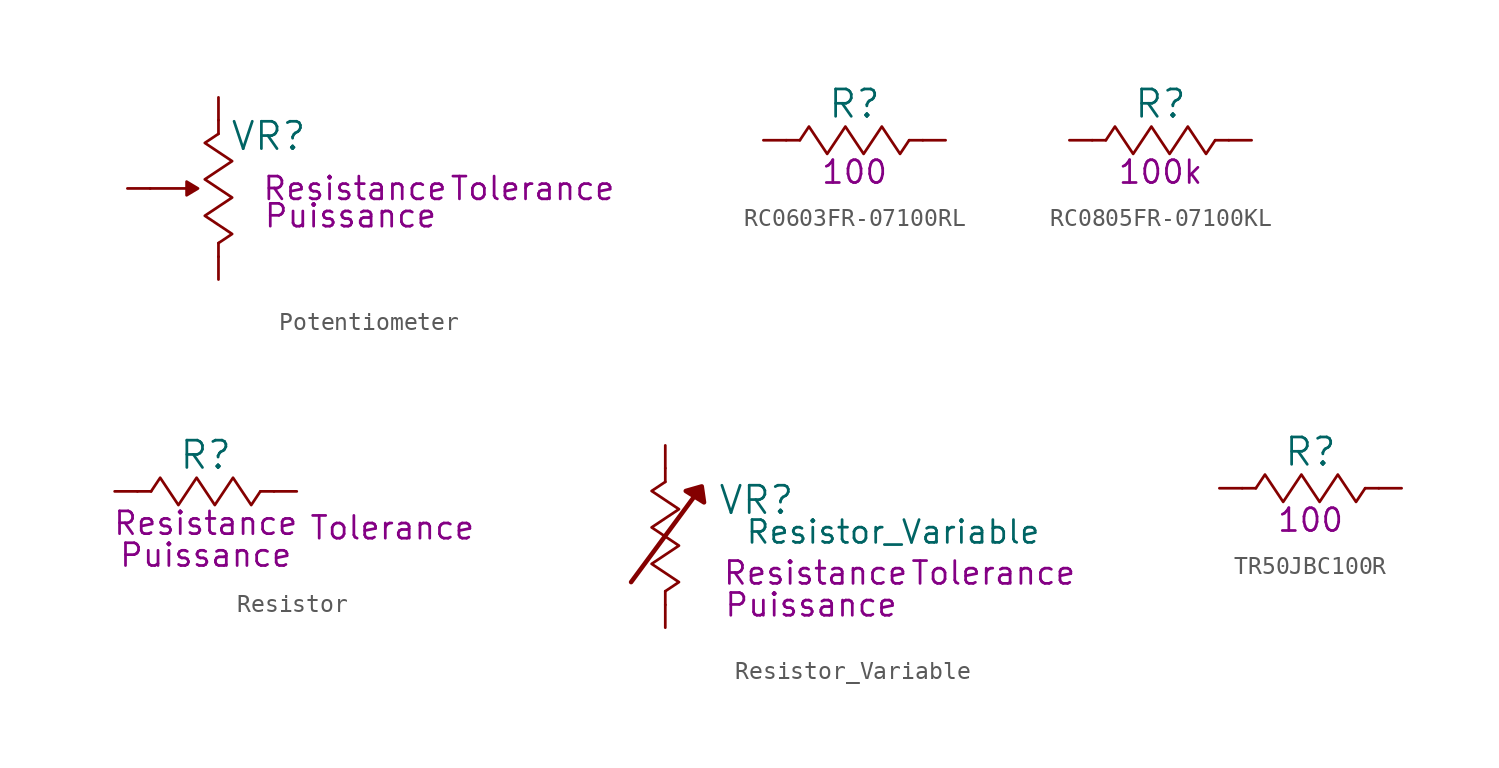
<source format=kicad_sym>
(kicad_symbol_lib
  (version 20220914)
  (generator kicad_symbol_editor)
  (symbol "Potentiometer"
    (pin_numbers hide)
    (pin_names
      (offset 0) hide)
    (property "Reference" "VR"
      (at 2.794 2.921 0)
      (effects (font (size 1.524 1.524))))
    (property "Resistance (Ohms)" "Resistance"
      (at 7.62 0 0)
      (effects (font (size 1.27 1.27))))
    (property "Puissance (Watts)" "Puissance"
      (at 7.366 -1.524 0)
      (effects (font (size 1.27 1.27))))
    (property "Tolerance (%)" "Tolerance"
      (at 17.526 0 0)
      (effects (font (size 1.27 1.27))))
    (symbol "Potentiometer_0_1"
      (rectangle (start 0 -3.048) (end 0 -3.81) (stroke (width 0) (type default)) (fill (type none)))
      (polyline (pts (xy -3.81 0) (xy -1.143 0) (xy -1.778 0.381) (xy -1.778 -0.381) (xy -1.143 0)) (stroke (width 0) (type default)) (fill (type outline)))
      (polyline (pts (xy 0 -3.048) (xy 0.762 -2.54) (xy 0 -2.032) (xy -0.762 -1.524) (xy 0 -1.016) (xy 0.762 -0.508) (xy 0 0) (xy -0.762 0.508) (xy 0 1.016) (xy 0.762 1.524) (xy 0 2.032) (xy -0.762 2.54) (xy 0 3.048)) (stroke (width 0) (type default)) (fill (type none)))
      (rectangle (start 0 3.81) (end 0 3.048) (stroke (width 0) (type default)) (fill (type none))))
    (symbol "Potentiometer_1_1"
      (pin passive line (at -5.08 0 0) (length 1.27) (name "~" (effects (font (size 1.27 1.27)))) (number "~" (effects (font (size 1.27 1.27)))))
      (pin passive line (at 0 -5.08 90) (length 1.27) (name "~" (effects (font (size 1.27 1.27)))) (number "~" (effects (font (size 1.27 1.27)))))
      (pin passive line (at 0 5.08 270) (length 1.27) (name "~" (effects (font (size 1.27 1.27)))) (number "~" (effects (font (size 1.27 1.27)))))))
  (symbol "RC0603FR-07100RL"
    (pin_numbers hide)
    (pin_names
      (offset 0) hide)
    (property "Reference" "R"
      (at 0 2.032 0)
      (effects (font (size 1.524 1.524))))
    (property "Resistance (Ohms)" "100"
      (at 0 -1.778 0)
      (effects (font (size 1.27 1.27))))
    (symbol "RC0603FR-07100RL_0_1"
      (rectangle (start -3.048 0) (end -3.81 0) (stroke (width 0) (type default)) (fill (type none)))
      (polyline (pts (xy -3.048 0) (xy -2.54 0.762) (xy -2.032 0) (xy -1.524 -0.762) (xy -1.016 0) (xy -0.508 0.762) (xy 0 0) (xy 0.508 -0.762) (xy 1.016 0) (xy 1.524 0.762) (xy 2.032 0) (xy 2.54 -0.762) (xy 3.048 0)) (stroke (width 0) (type default)) (fill (type none)))
      (rectangle (start 3.81 0) (end 3.048 0) (stroke (width 0) (type default)) (fill (type none))))
    (symbol "RC0603FR-07100RL_1_1"
      (pin passive line (at -5.08 0 0) (length 1.27) (name "1" (effects (font (size 1.27 1.27)))) (number "1" (effects (font (size 1.27 1.27)))))
      (pin passive line (at 5.08 0 180) (length 1.27) (name "2" (effects (font (size 1.27 1.27)))) (number "2" (effects (font (size 1.27 1.27)))))))
  (symbol "RC0805FR-07100KL"
    (pin_numbers hide)
    (pin_names
      (offset 0) hide)
    (property "Reference" "R"
      (at 0 2.032 0)
      (effects (font (size 1.524 1.524))))
    (property "Resistance (Ohms)" "100k"
      (at 0 -1.778 0)
      (effects (font (size 1.27 1.27))))
    (symbol "RC0805FR-07100KL_0_1"
      (rectangle (start -3.048 0) (end -3.81 0) (stroke (width 0) (type default)) (fill (type none)))
      (polyline (pts (xy -3.048 0) (xy -2.54 0.762) (xy -2.032 0) (xy -1.524 -0.762) (xy -1.016 0) (xy -0.508 0.762) (xy 0 0) (xy 0.508 -0.762) (xy 1.016 0) (xy 1.524 0.762) (xy 2.032 0) (xy 2.54 -0.762) (xy 3.048 0)) (stroke (width 0) (type default)) (fill (type none)))
      (rectangle (start 3.81 0) (end 3.048 0) (stroke (width 0) (type default)) (fill (type none))))
    (symbol "RC0805FR-07100KL_1_1"
      (pin passive line (at -5.08 0 0) (length 1.27) (name "1" (effects (font (size 1.27 1.27)))) (number "1" (effects (font (size 1.27 1.27)))))
      (pin passive line (at 5.08 0 180) (length 1.27) (name "2" (effects (font (size 1.27 1.27)))) (number "2" (effects (font (size 1.27 1.27)))))))
  (symbol "Resistor"
    (pin_numbers hide)
    (pin_names
      (offset 0) hide)
    (property "Reference" "R"
      (at 0 2.032 0)
      (effects (font (size 1.524 1.524))))
    (property "Resistance (Ohms)" "Resistance"
      (at 0 -1.778 0)
      (effects (font (size 1.27 1.27))))
    (property "Tolerance (%)" "Tolerance"
      (at 10.414 -2.032 0)
      (effects (font (size 1.27 1.27))))
    (property "Puissance (Watts)" "Puissance"
      (at 0 -3.556 0)
      (effects (font (size 1.27 1.27))))
    (symbol "Resistor_0_1"
      (rectangle (start -3.048 0) (end -3.81 0) (stroke (width 0) (type default)) (fill (type none)))
      (polyline (pts (xy -3.048 0) (xy -2.54 0.762) (xy -2.032 0) (xy -1.524 -0.762) (xy -1.016 0) (xy -0.508 0.762) (xy 0 0) (xy 0.508 -0.762) (xy 1.016 0) (xy 1.524 0.762) (xy 2.032 0) (xy 2.54 -0.762) (xy 3.048 0)) (stroke (width 0) (type default)) (fill (type none)))
      (rectangle (start 3.81 0) (end 3.048 0) (stroke (width 0) (type default)) (fill (type none))))
    (symbol "Resistor_1_1"
      (pin passive line (at -5.08 0 0) (length 1.27) (name "1" (effects (font (size 1.27 1.27)))) (number "1" (effects (font (size 1.27 1.27)))))
      (pin passive line (at 5.08 0 180) (length 1.27) (name "2" (effects (font (size 1.27 1.27)))) (number "2" (effects (font (size 1.27 1.27)))))))
  (symbol "Resistor_Variable"
    (pin_numbers hide)
    (pin_names
      (offset 0))
    (property "Reference" "VR"
      (at 5.08 2.032 0)
      (effects (font (size 1.524 1.524))))
    (property "Value" "Resistor_Variable"
      (at 12.7 0.254 0)
      (effects (font (size 1.27 1.27))))
    (property "Resistance (Ohms)" "Resistance"
      (at 8.382 -2.032 0)
      (effects (font (size 1.27 1.27))))
    (property "Puissance (Watts)" "Puissance"
      (at 8.128 -3.81 0)
      (effects (font (size 1.27 1.27))))
    (property "Tolerance (%)" "Tolerance"
      (at 18.288 -2.032 0)
      (effects (font (size 1.27 1.27))))
    (symbol "Resistor_Variable_0_1"
      (rectangle (start 0 -3.048) (end 0 -3.81) (stroke (width 0) (type default)) (fill (type none)))
      (polyline (pts (xy -1.905 -2.54) (xy 2.032 2.794) (xy 1.143 2.54) (xy 2.159 1.905) (xy 2.032 2.794)) (stroke (width 0.254) (type default)) (fill (type outline)))
      (polyline (pts (xy 0 -3.048) (xy 0.762 -2.54) (xy 0 -2.032) (xy -0.762 -1.524) (xy 0 -1.016) (xy 0.762 -0.508) (xy 0 0) (xy -0.762 0.508) (xy 0 1.016) (xy 0.762 1.524) (xy 0 2.032) (xy -0.762 2.54) (xy 0 3.048)) (stroke (width 0) (type default)) (fill (type none)))
      (rectangle (start 0 3.81) (end 0 3.048) (stroke (width 0) (type default)) (fill (type none))))
    (symbol "Resistor_Variable_1_1"
      (pin passive line (at 0 -5.08 90) (length 1.27) (name "~" (effects (font (size 1.27 1.27)))) (number "~" (effects (font (size 1.27 1.27)))))
      (pin passive line (at 0 5.08 270) (length 1.27) (name "~" (effects (font (size 1.27 1.27)))) (number "~" (effects (font (size 1.27 1.27)))))))
  (symbol "TR50JBC100R"
    (pin_numbers hide)
    (pin_names
      (offset 0) hide)
    (property "Reference" "R"
      (at 0 2.032 0)
      (effects (font (size 1.524 1.524))))
    (property "Resistance (Ohms)" "100"
      (at 0 -1.778 0)
      (effects (font (size 1.27 1.27))))
    (symbol "TR50JBC100R_0_1"
      (rectangle (start -3.048 0) (end -3.81 0) (stroke (width 0) (type default)) (fill (type none)))
      (polyline (pts (xy -3.048 0) (xy -2.54 0.762) (xy -2.032 0) (xy -1.524 -0.762) (xy -1.016 0) (xy -0.508 0.762) (xy 0 0) (xy 0.508 -0.762) (xy 1.016 0) (xy 1.524 0.762) (xy 2.032 0) (xy 2.54 -0.762) (xy 3.048 0)) (stroke (width 0) (type default)) (fill (type none)))
      (rectangle (start 3.81 0) (end 3.048 0) (stroke (width 0) (type default)) (fill (type none))))
    (symbol "TR50JBC100R_1_1"
      (pin passive line (at -5.08 0 0) (length 1.27) (name "1" (effects (font (size 1.27 1.27)))) (number "1" (effects (font (size 1.27 1.27)))))
      (pin passive line (at 5.08 0 180) (length 1.27) (name "2" (effects (font (size 1.27 1.27)))) (number "2" (effects (font (size 1.27 1.27))))))))
</source>
